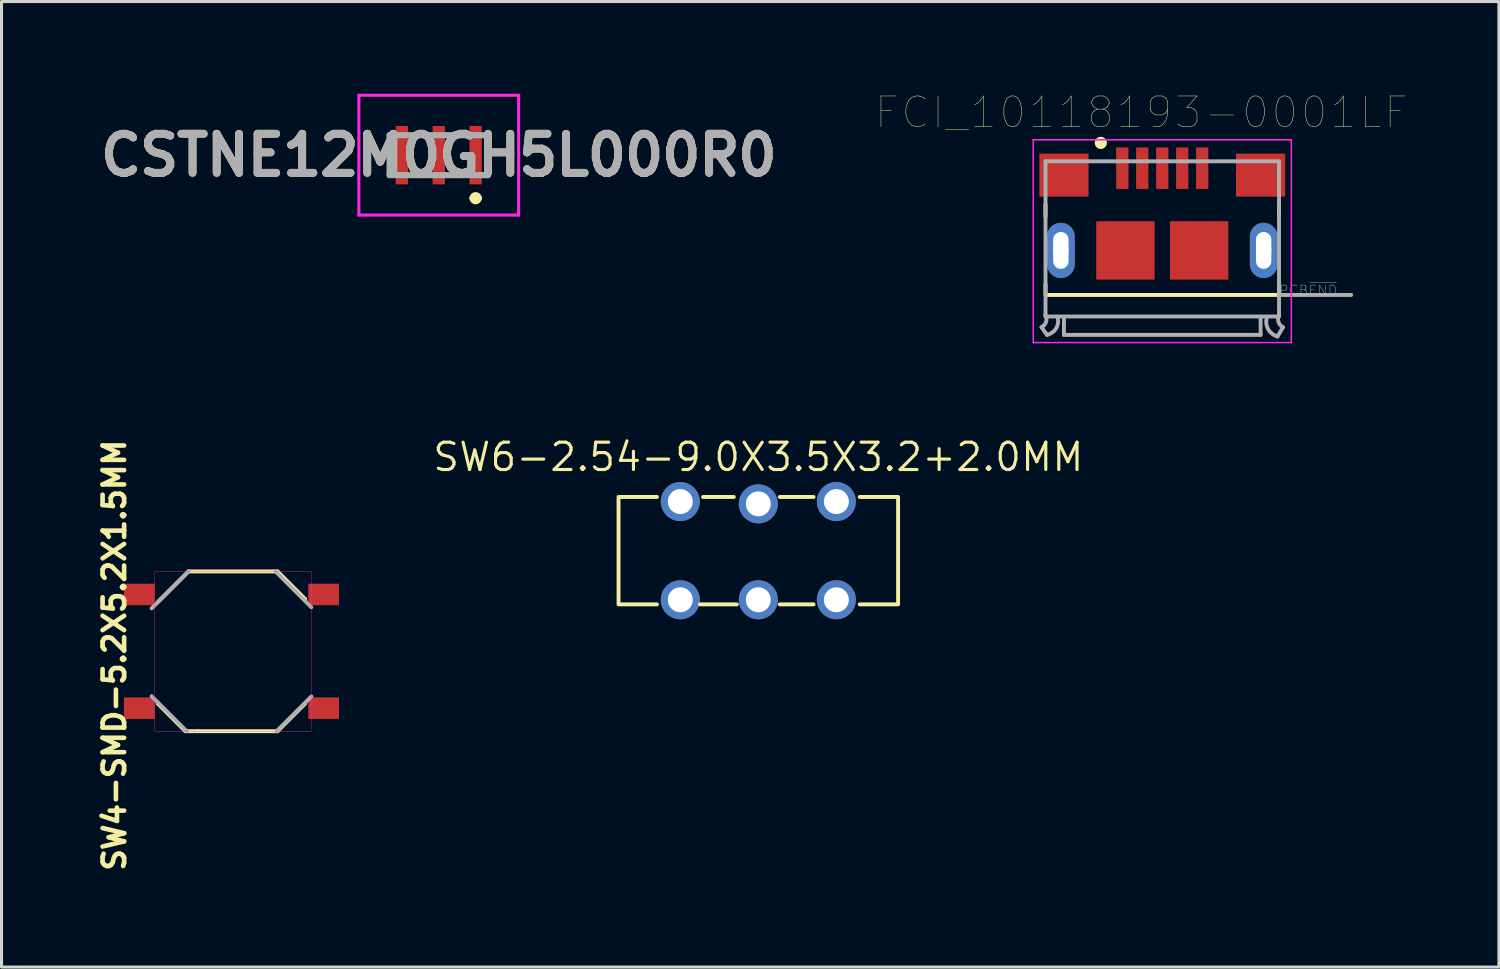
<source format=kicad_pcb>
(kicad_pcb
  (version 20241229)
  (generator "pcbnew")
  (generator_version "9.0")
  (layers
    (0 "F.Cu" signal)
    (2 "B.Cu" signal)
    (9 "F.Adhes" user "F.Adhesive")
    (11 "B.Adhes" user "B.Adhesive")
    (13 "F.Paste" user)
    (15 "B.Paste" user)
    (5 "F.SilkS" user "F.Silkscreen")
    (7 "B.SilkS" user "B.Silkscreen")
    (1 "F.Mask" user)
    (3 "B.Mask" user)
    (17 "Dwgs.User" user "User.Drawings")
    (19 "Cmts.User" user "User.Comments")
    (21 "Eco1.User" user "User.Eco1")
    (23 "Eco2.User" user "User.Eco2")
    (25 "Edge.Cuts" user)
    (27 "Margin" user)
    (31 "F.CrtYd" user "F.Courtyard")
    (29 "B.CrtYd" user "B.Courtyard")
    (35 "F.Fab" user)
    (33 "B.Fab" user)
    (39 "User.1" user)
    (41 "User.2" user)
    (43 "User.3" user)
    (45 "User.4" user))
  (footprint "SW4-SMD-5.2X5.2X1.5MM"
    (layer "F.Cu")
    (at 4.483 18.148)
    (property "Reference" "SW4-SMD-5.2X5.2X1.5MM" (at -3.81 0.127 270) (layer "F.SilkS") (effects (font (size 0.701 0.701) (thickness 0.15))))
    (attr through_hole)
    (fp_line (start -1.5 2.6) (end -2.4 1.7) (stroke (width 0.127) (type solid)) (layer "F.SilkS"))
    (fp_line (start -1.46 2.6) (end -1.5 2.6) (stroke (width 0.127) (type solid)) (layer "F.SilkS"))
    (fp_line (start -1.4 -2.6) (end -2.4 -1.6) (stroke (width 0.127) (type solid)) (layer "F.SilkS"))
    (fp_line (start -1.4 -2.6) (end 1.5 -2.6) (stroke (width 0.127) (type solid)) (layer "F.SilkS"))
    (fp_line (start -1.1 2.6) (end -1.46 2.6) (stroke (width 0.127) (type solid)) (layer "F.SilkS"))
    (fp_line (start 1.5 -2.6) (end 2.4 -1.7) (stroke (width 0.127) (type solid)) (layer "F.SilkS"))
    (fp_line (start 1.5 2.6) (end -1.1 2.6) (stroke (width 0.127) (type solid)) (layer "F.SilkS"))
    (fp_line (start 1.5 2.6) (end 2.4 1.7) (stroke (width 0.127) (type solid)) (layer "F.SilkS"))
    (fp_poly (pts (xy -2.501 -2.6) (xy 2.6 -2.6) (xy 2.6 2.601) (xy -2.501 2.601)) (stroke (width 0.01) (type solid)) (fill no) (layer "F.CrtYd"))
    (fp_line (start -2.6 -1.396) (end -1.396 -2.6) (stroke (width 0.127) (type solid)) (layer "F.Fab"))
    (fp_line (start -1.46 2.6) (end -2.6 1.46) (stroke (width 0.127) (type solid)) (layer "F.Fab"))
    (fp_line (start 1.434 -2.6) (end 2.6 -1.434) (stroke (width 0.127) (type solid)) (layer "F.Fab"))
    (fp_line (start 2.6 1.469) (end 1.469 2.6) (stroke (width 0.127) (type solid)) (layer "F.Fab"))
    (pad "1" smd rect (at -3 1.85) (size 1 0.7) (layers "F.Cu" "F.Mask" "F.Paste"))
    (pad "1" smd rect (at 3 1.85) (size 1 0.7) (layers "F.Cu" "F.Mask" "F.Paste"))
    (pad "2" smd rect (at -3 -1.85) (size 1 0.7) (layers "F.Cu" "F.Mask" "F.Paste"))
    (pad "2" smd rect (at 3 -1.85) (size 1 0.7) (layers "F.Cu" "F.Mask" "F.Paste")))
  (footprint "SW6-2.54-9.0X3.5X3.2+2.0MM"
    (layer "F.Cu")
    (at 21.63 14.872)
    (property "Reference" "SW6-2.54-9.0X3.5X3.2+2.0MM" (at 0 -3.048 0) (layer "F.SilkS") (effects (font (size 0.889 0.889) (thickness 0.102))))
    (attr exclude_from_pos_files exclude_from_bom)
    (fp_line (start -4.549 1.748) (end -4.549 -1.748) (stroke (width 0.127) (type solid)) (layer "F.SilkS"))
    (fp_line (start -4.498 -1.748) (end -3.299 -1.748) (stroke (width 0.127) (type solid)) (layer "F.SilkS"))
    (fp_line (start -4.498 1.748) (end -3.299 1.748) (stroke (width 0.127) (type solid)) (layer "F.SilkS"))
    (fp_line (start -1.9 1.748) (end -0.699 1.748) (stroke (width 0.127) (type solid)) (layer "F.SilkS"))
    (fp_line (start -1.798 -1.748) (end -0.798 -1.748) (stroke (width 0.127) (type solid)) (layer "F.SilkS"))
    (fp_line (start 0.699 -1.748) (end 1.798 -1.748) (stroke (width 0.127) (type solid)) (layer "F.SilkS"))
    (fp_line (start 0.699 1.748) (end 1.798 1.748) (stroke (width 0.127) (type solid)) (layer "F.SilkS"))
    (fp_line (start 3.299 -1.748) (end 4.498 -1.748) (stroke (width 0.127) (type solid)) (layer "F.SilkS"))
    (fp_line (start 3.299 1.748) (end 4.498 1.748) (stroke (width 0.127) (type solid)) (layer "F.SilkS"))
    (fp_line (start 4.549 -1.748) (end 4.549 1.748) (stroke (width 0.127) (type solid)) (layer "F.SilkS"))
    (pad "CH1A" thru_hole circle (at -2.54 1.598) (size 1.27 1.27) (drill 0.813) (layers "*.Cu" "*.Mask"))
    (pad "CH1B" thru_hole circle (at 2.54 1.598) (size 1.27 1.27) (drill 0.813) (layers "*.Cu" "*.Mask"))
    (pad "CH2A" thru_hole circle (at -2.54 -1.598) (size 1.27 1.27) (drill 0.813) (layers "*.Cu" "*.Mask"))
    (pad "CH2B" thru_hole circle (at 2.54 -1.598) (size 1.27 1.27) (drill 0.813) (layers "*.Cu" "*.Mask"))
    (pad "COM1" thru_hole circle (at 0 1.598) (size 1.27 1.27) (drill 0.813) (layers "*.Cu" "*.Mask"))
    (pad "COM2" thru_hole circle (at 0 -1.524) (size 1.27 1.27) (drill 0.813) (layers "*.Cu" "*.Mask")))
  (footprint "FCI_10118193-0001LF"
    (layer "F.Cu")
    (at 34.777 5.1)
    (property "Reference" "FCI_10118193-0001LF" (at -0.679 -4.489 0) (layer "F.SilkS") (effects (font (size 1 1) (thickness 0.015))))
    (attr through_hole)
    (fp_line (start -3.8 -1.5) (end -3.8 -1.1) (stroke (width 0.127) (type solid)) (layer "F.SilkS"))
    (fp_line (start -3.8 1.1) (end -3.8 1.4) (stroke (width 0.127) (type solid)) (layer "F.SilkS"))
    (fp_line (start -3.8 1.45) (end 3.8 1.45) (stroke (width 0.127) (type solid)) (layer "F.SilkS"))
    (fp_line (start 3.8 -1.1) (end 3.8 -1.5) (stroke (width 0.127) (type solid)) (layer "F.SilkS"))
    (fp_line (start 3.8 1.1) (end 3.8 1.4) (stroke (width 0.127) (type solid)) (layer "F.SilkS"))
    (fp_circle (center -2 -3.5) (end -1.9 -3.5) (stroke (width 0.2) (type solid)) (fill no) (layer "F.SilkS"))
    (fp_line (start -4.2 -3.6) (end -4.2 3) (stroke (width 0.05) (type solid)) (layer "F.CrtYd"))
    (fp_line (start -4.2 3) (end 4.2 3) (stroke (width 0.05) (type solid)) (layer "F.CrtYd"))
    (fp_line (start 4.2 -3.6) (end -4.2 -3.6) (stroke (width 0.05) (type solid)) (layer "F.CrtYd"))
    (fp_line (start 4.2 3) (end 4.2 -3.6) (stroke (width 0.05) (type solid)) (layer "F.CrtYd"))
    (fp_line (start -3.93 2.5) (end -3.75 2.75) (stroke (width 0.127) (type solid)) (layer "F.Fab"))
    (fp_line (start -3.8 -2.9) (end 3.8 -2.9) (stroke (width 0.127) (type solid)) (layer "F.Fab"))
    (fp_line (start -3.8 2.1) (end -3.8 -2.9) (stroke (width 0.127) (type solid)) (layer "F.Fab"))
    (fp_line (start -3.8 2.15) (end -3.8 2.1) (stroke (width 0.127) (type solid)) (layer "F.Fab"))
    (fp_line (start -3.2 2.2) (end -3.2 2.75) (stroke (width 0.127) (type solid)) (layer "F.Fab"))
    (fp_line (start -3.2 2.75) (end 3.2 2.75) (stroke (width 0.127) (type solid)) (layer "F.Fab"))
    (fp_line (start 3.2 2.75) (end 3.2 2.2) (stroke (width 0.127) (type solid)) (layer "F.Fab"))
    (fp_line (start 3.8 -2.9) (end 3.8 1.45) (stroke (width 0.127) (type solid)) (layer "F.Fab"))
    (fp_line (start 3.8 1.45) (end 3.8 2.15) (stroke (width 0.127) (type solid)) (layer "F.Fab"))
    (fp_line (start 3.8 1.45) (end 6.15 1.45) (stroke (width 0.127) (type solid)) (layer "F.Fab"))
    (fp_line (start 3.8 2.15) (end -3.8 2.15) (stroke (width 0.127) (type solid)) (layer "F.Fab"))
    (fp_line (start 3.93 2.5) (end 3.75 2.8) (stroke (width 0.127) (type solid)) (layer "F.Fab"))
    (fp_arc (start -3.8 2.1) (mid -3.782157 2.326924) (end -3.93 2.5) (stroke (width 0.127) (type solid)) (layer "F.Fab"))
    (fp_arc (start -3.4 2.2) (mid -3.461091 2.547487) (end -3.75 2.75) (stroke (width 0.127) (type solid)) (layer "F.Fab"))
    (fp_arc (start 3.75 2.8) (mid 3.450736 2.572487) (end 3.4 2.2) (stroke (width 0.127) (type solid)) (layer "F.Fab"))
    (fp_arc (start 3.93 2.5) (mid 3.782157 2.326924) (end 3.8 2.1) (stroke (width 0.127) (type solid)) (layer "F.Fab"))
    (fp_text user "PCB~{END}" (at 4.75 1.3 0) (layer "F.Fab") (effects (font (size 0.32 0.32) (thickness 0.015))))
    (pad "" np_thru_hole circle (at -3.3 0) (size 0.5 0.5) (drill 0.5) (layers "*.Cu" "*.Mask"))
    (pad "" np_thru_hole circle (at 3.3 0) (size 0.5 0.5) (drill 0.5) (layers "*.Cu" "*.Mask"))
    (pad "1" smd rect (at -1.3 -2.675) (size 0.4 1.35) (layers "F.Cu" "F.Mask" "F.Paste"))
    (pad "2" smd rect (at -0.65 -2.675) (size 0.4 1.35) (layers "F.Cu" "F.Mask" "F.Paste"))
    (pad "3" smd rect (at 0 -2.675) (size 0.4 1.35) (layers "F.Cu" "F.Mask" "F.Paste"))
    (pad "4" smd rect (at 0.65 -2.675) (size 0.4 1.35) (layers "F.Cu" "F.Mask" "F.Paste"))
    (pad "5" smd rect (at 1.3 -2.675) (size 0.4 1.35) (layers "F.Cu" "F.Mask" "F.Paste"))
    (pad "6" smd rect (at -3.2 -2.45) (size 1.6 1.4) (layers "F.Cu" "F.Mask" "F.Paste"))
    (pad "S2" smd rect (at 3.2 -2.45) (size 1.6 1.4) (layers "F.Cu" "F.Mask" "F.Paste"))
    (pad "S3" smd rect (at 1.2 0) (size 1.9 1.9) (layers "F.Cu" "F.Mask" "F.Paste"))
    (pad "S4" smd rect (at -1.2 0) (size 1.9 1.9) (layers "F.Cu" "F.Mask" "F.Paste"))
    (pad "S5" thru_hole oval (at -3.3 0) (size 0.9 1.8) (drill oval 0.5 1.2) (layers "*.Cu" "*.Mask"))
    (pad "S6" thru_hole oval (at 3.3 0) (size 0.9 1.8) (drill oval 0.5 1.2) (layers "*.Cu" "*.Mask")))
  (footprint "CSTNE12M0GH5L000R0"
    (layer "F.Cu")
    (at 11.23 2)
    (property "Reference" "CSTNE12M0GH5L000R0" (at 0 0 0) (layer "F.SilkS") (effects (font (size 1.27 1.27) (thickness 0.254))))
    (attr smd)
    (fp_line (start -1.6 -0.65) (end -1.6 0.65) (stroke (width 0.1) (type solid)) (layer "F.SilkS"))
    (fp_line (start 1.1 1.4) (end 1.1 1.4) (stroke (width 0.2) (type solid)) (layer "F.SilkS"))
    (fp_line (start 1.3 1.4) (end 1.3 1.4) (stroke (width 0.2) (type solid)) (layer "F.SilkS"))
    (fp_line (start 1.6 -0.65) (end 1.6 0.65) (stroke (width 0.1) (type solid)) (layer "F.SilkS"))
    (fp_arc (start 1.1 1.4) (mid 1.2 1.3) (end 1.3 1.4) (stroke (width 0.2) (type solid)) (layer "F.SilkS"))
    (fp_arc (start 1.3 1.4) (mid 1.2 1.5) (end 1.1 1.4) (stroke (width 0.2) (type solid)) (layer "F.SilkS"))
    (fp_line (start -2.6 -1.95) (end 2.6 -1.95) (stroke (width 0.1) (type solid)) (layer "F.CrtYd"))
    (fp_line (start -2.6 1.95) (end -2.6 -1.95) (stroke (width 0.1) (type solid)) (layer "F.CrtYd"))
    (fp_line (start 2.6 -1.95) (end 2.6 1.95) (stroke (width 0.1) (type solid)) (layer "F.CrtYd"))
    (fp_line (start 2.6 1.95) (end -2.6 1.95) (stroke (width 0.1) (type solid)) (layer "F.CrtYd"))
    (fp_line (start -1.6 -0.65) (end 1.6 -0.65) (stroke (width 0.2) (type solid)) (layer "F.Fab"))
    (fp_line (start -1.6 0.65) (end -1.6 -0.65) (stroke (width 0.2) (type solid)) (layer "F.Fab"))
    (fp_line (start 1.6 -0.65) (end 1.6 0.65) (stroke (width 0.2) (type solid)) (layer "F.Fab"))
    (fp_line (start 1.6 0.65) (end -1.6 0.65) (stroke (width 0.2) (type solid)) (layer "F.Fab"))
    (fp_text user "${REFERENCE}" (at 0 0 0) (layer "F.Fab") (effects (font (size 1.27 1.27) (thickness 0.254))))
    (pad "1" smd rect (at 1.2 0) (size 0.4 1.9) (layers "F.Cu" "F.Mask" "F.Paste"))
    (pad "2" smd rect (at 0 0) (size 0.4 1.9) (layers "F.Cu" "F.Mask" "F.Paste"))
    (pad "3" smd rect (at -1.2 0) (size 0.4 1.9) (layers "F.Cu" "F.Mask" "F.Paste")))
  (gr_rect
    (start -3 -3)
    (end 45.734 28.424)
    (stroke (width 0.1) (type default))
    (fill no)
    (layer "Edge.Cuts")))
</source>
